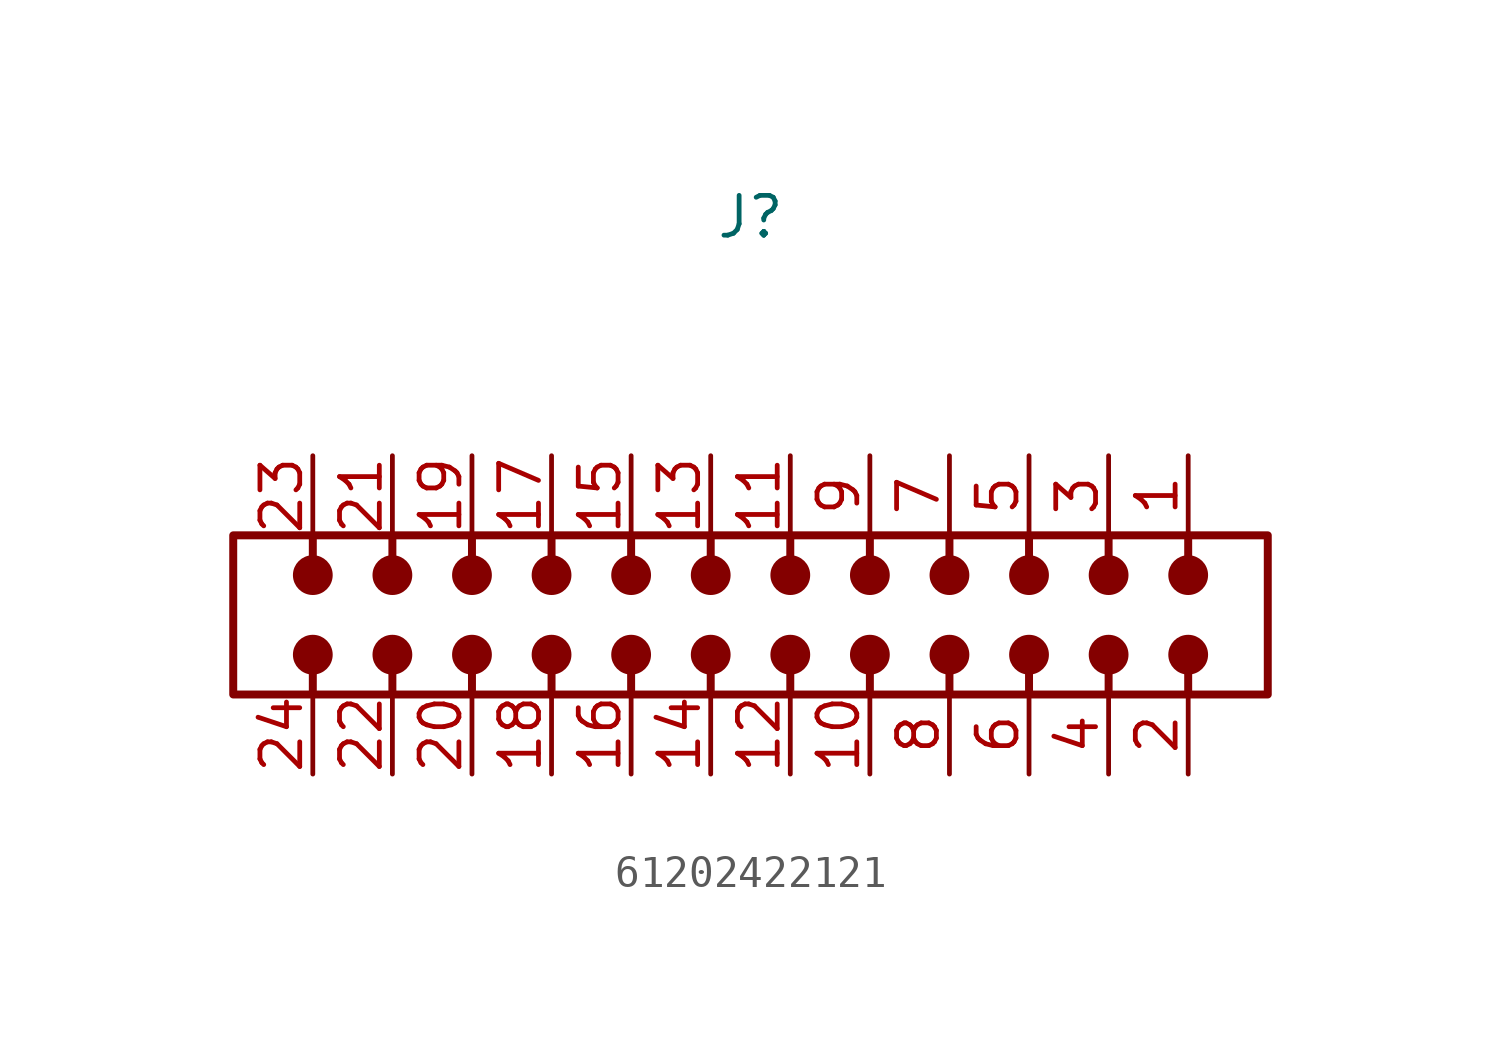
<source format=kicad_sym>
(kicad_symbol_lib
  (version 20241209)
  (generator "kicad_symbol_editor")
  (generator_version "9.0")
  (symbol "61202422121"
    (pin_names
      (hide yes))
    (property "Reference" "J"
      (at 0 12.7 0)
      (effects (font (size 1.27 1.27))))
    (symbol "61202422121_1_1"
      (rectangle (start -16.51 2.54) (end 16.51 -2.54) (stroke (width 0.254) (type solid)) (fill (type none)))
      (polyline (pts (xy -13.97 1.778) (xy -13.97 2.54)) (stroke (width 0.254) (type solid)) (fill (type none)))
      (circle (center -13.97 1.27) (radius 0.508) (stroke (width 0.254) (type solid)) (fill (type outline)))
      (circle (center -13.97 -1.27) (radius 0.508) (stroke (width 0.254) (type solid)) (fill (type outline)))
      (polyline (pts (xy -13.97 -1.778) (xy -13.97 -2.54)) (stroke (width 0.254) (type solid)) (fill (type none)))
      (polyline (pts (xy -11.43 1.778) (xy -11.43 2.54)) (stroke (width 0.254) (type solid)) (fill (type none)))
      (circle (center -11.43 1.27) (radius 0.508) (stroke (width 0.254) (type solid)) (fill (type outline)))
      (circle (center -11.43 -1.27) (radius 0.508) (stroke (width 0.254) (type solid)) (fill (type outline)))
      (polyline (pts (xy -11.43 -1.778) (xy -11.43 -2.54)) (stroke (width 0.254) (type solid)) (fill (type none)))
      (polyline (pts (xy -8.89 1.778) (xy -8.89 2.54)) (stroke (width 0.254) (type solid)) (fill (type none)))
      (circle (center -8.89 1.27) (radius 0.508) (stroke (width 0.254) (type solid)) (fill (type outline)))
      (circle (center -8.89 -1.27) (radius 0.508) (stroke (width 0.254) (type solid)) (fill (type outline)))
      (polyline (pts (xy -8.89 -1.778) (xy -8.89 -2.54)) (stroke (width 0.254) (type solid)) (fill (type none)))
      (polyline (pts (xy -6.35 1.778) (xy -6.35 2.54)) (stroke (width 0.254) (type solid)) (fill (type none)))
      (circle (center -6.35 1.27) (radius 0.508) (stroke (width 0.254) (type solid)) (fill (type outline)))
      (circle (center -6.35 -1.27) (radius 0.508) (stroke (width 0.254) (type solid)) (fill (type outline)))
      (polyline (pts (xy -6.35 -1.778) (xy -6.35 -2.54)) (stroke (width 0.254) (type solid)) (fill (type none)))
      (polyline (pts (xy -3.81 1.778) (xy -3.81 2.54)) (stroke (width 0.254) (type solid)) (fill (type none)))
      (circle (center -3.81 1.27) (radius 0.508) (stroke (width 0.254) (type solid)) (fill (type outline)))
      (circle (center -3.81 -1.27) (radius 0.508) (stroke (width 0.254) (type solid)) (fill (type outline)))
      (polyline (pts (xy -3.81 -1.778) (xy -3.81 -2.54)) (stroke (width 0.254) (type solid)) (fill (type none)))
      (polyline (pts (xy -1.27 1.778) (xy -1.27 2.54)) (stroke (width 0.254) (type solid)) (fill (type none)))
      (circle (center -1.27 1.27) (radius 0.508) (stroke (width 0.254) (type solid)) (fill (type outline)))
      (circle (center -1.27 -1.27) (radius 0.508) (stroke (width 0.254) (type solid)) (fill (type outline)))
      (polyline (pts (xy -1.27 -1.778) (xy -1.27 -2.54)) (stroke (width 0.254) (type solid)) (fill (type none)))
      (polyline (pts (xy 1.27 1.778) (xy 1.27 2.54)) (stroke (width 0.254) (type solid)) (fill (type none)))
      (circle (center 1.27 1.27) (radius 0.508) (stroke (width 0.254) (type solid)) (fill (type outline)))
      (circle (center 1.27 -1.27) (radius 0.508) (stroke (width 0.254) (type solid)) (fill (type outline)))
      (polyline (pts (xy 1.27 -1.778) (xy 1.27 -2.54)) (stroke (width 0.254) (type solid)) (fill (type none)))
      (polyline (pts (xy 3.81 1.778) (xy 3.81 2.54)) (stroke (width 0.254) (type solid)) (fill (type none)))
      (circle (center 3.81 1.27) (radius 0.508) (stroke (width 0.254) (type solid)) (fill (type outline)))
      (circle (center 3.81 -1.27) (radius 0.508) (stroke (width 0.254) (type solid)) (fill (type outline)))
      (polyline (pts (xy 3.81 -1.778) (xy 3.81 -2.54)) (stroke (width 0.254) (type solid)) (fill (type none)))
      (polyline (pts (xy 6.35 1.778) (xy 6.35 2.54)) (stroke (width 0.254) (type solid)) (fill (type none)))
      (circle (center 6.35 1.27) (radius 0.508) (stroke (width 0.254) (type solid)) (fill (type outline)))
      (circle (center 6.35 -1.27) (radius 0.508) (stroke (width 0.254) (type solid)) (fill (type outline)))
      (polyline (pts (xy 6.35 -1.778) (xy 6.35 -2.54)) (stroke (width 0.254) (type solid)) (fill (type none)))
      (polyline (pts (xy 8.89 1.778) (xy 8.89 2.54)) (stroke (width 0.254) (type solid)) (fill (type none)))
      (circle (center 8.89 1.27) (radius 0.508) (stroke (width 0.254) (type solid)) (fill (type outline)))
      (circle (center 8.89 -1.27) (radius 0.508) (stroke (width 0.254) (type solid)) (fill (type outline)))
      (polyline (pts (xy 8.89 -1.778) (xy 8.89 -2.54)) (stroke (width 0.254) (type solid)) (fill (type none)))
      (polyline (pts (xy 11.43 1.778) (xy 11.43 2.54)) (stroke (width 0.254) (type solid)) (fill (type none)))
      (circle (center 11.43 1.27) (radius 0.508) (stroke (width 0.254) (type solid)) (fill (type outline)))
      (circle (center 11.43 -1.27) (radius 0.508) (stroke (width 0.254) (type solid)) (fill (type outline)))
      (polyline (pts (xy 11.43 -1.778) (xy 11.43 -2.54)) (stroke (width 0.254) (type solid)) (fill (type none)))
      (polyline (pts (xy 13.97 1.778) (xy 13.97 2.54)) (stroke (width 0.254) (type solid)) (fill (type none)))
      (circle (center 13.97 1.27) (radius 0.508) (stroke (width 0.254) (type solid)) (fill (type outline)))
      (circle (center 13.97 -1.27) (radius 0.508) (stroke (width 0.254) (type solid)) (fill (type outline)))
      (polyline (pts (xy 13.97 -1.778) (xy 13.97 -2.54)) (stroke (width 0.254) (type solid)) (fill (type none)))
      (pin passive line (at -13.97 5.08 270) (length 2.54) (name "23" (effects (font (size 1.27 1.27)))) (number "23" (effects (font (size 1.27 1.27)))))
      (pin passive line (at -13.97 -5.08 90) (length 2.54) (name "24" (effects (font (size 1.27 1.27)))) (number "24" (effects (font (size 1.27 1.27)))))
      (pin passive line (at -11.43 5.08 270) (length 2.54) (name "21" (effects (font (size 1.27 1.27)))) (number "21" (effects (font (size 1.27 1.27)))))
      (pin passive line (at -11.43 -5.08 90) (length 2.54) (name "22" (effects (font (size 1.27 1.27)))) (number "22" (effects (font (size 1.27 1.27)))))
      (pin passive line (at -8.89 5.08 270) (length 2.54) (name "19" (effects (font (size 1.27 1.27)))) (number "19" (effects (font (size 1.27 1.27)))))
      (pin passive line (at -8.89 -5.08 90) (length 2.54) (name "20" (effects (font (size 1.27 1.27)))) (number "20" (effects (font (size 1.27 1.27)))))
      (pin passive line (at -6.35 5.08 270) (length 2.54) (name "17" (effects (font (size 1.27 1.27)))) (number "17" (effects (font (size 1.27 1.27)))))
      (pin passive line (at -6.35 -5.08 90) (length 2.54) (name "18" (effects (font (size 1.27 1.27)))) (number "18" (effects (font (size 1.27 1.27)))))
      (pin passive line (at -3.81 5.08 270) (length 2.54) (name "15" (effects (font (size 1.27 1.27)))) (number "15" (effects (font (size 1.27 1.27)))))
      (pin passive line (at -3.81 -5.08 90) (length 2.54) (name "16" (effects (font (size 1.27 1.27)))) (number "16" (effects (font (size 1.27 1.27)))))
      (pin passive line (at -1.27 5.08 270) (length 2.54) (name "13" (effects (font (size 1.27 1.27)))) (number "13" (effects (font (size 1.27 1.27)))))
      (pin passive line (at -1.27 -5.08 90) (length 2.54) (name "14" (effects (font (size 1.27 1.27)))) (number "14" (effects (font (size 1.27 1.27)))))
      (pin passive line (at 1.27 5.08 270) (length 2.54) (name "11" (effects (font (size 1.27 1.27)))) (number "11" (effects (font (size 1.27 1.27)))))
      (pin passive line (at 1.27 -5.08 90) (length 2.54) (name "12" (effects (font (size 1.27 1.27)))) (number "12" (effects (font (size 1.27 1.27)))))
      (pin passive line (at 3.81 5.08 270) (length 2.54) (name "9" (effects (font (size 1.27 1.27)))) (number "9" (effects (font (size 1.27 1.27)))))
      (pin passive line (at 3.81 -5.08 90) (length 2.54) (name "10" (effects (font (size 1.27 1.27)))) (number "10" (effects (font (size 1.27 1.27)))))
      (pin passive line (at 6.35 5.08 270) (length 2.54) (name "7" (effects (font (size 1.27 1.27)))) (number "7" (effects (font (size 1.27 1.27)))))
      (pin passive line (at 6.35 -5.08 90) (length 2.54) (name "8" (effects (font (size 1.27 1.27)))) (number "8" (effects (font (size 1.27 1.27)))))
      (pin passive line (at 8.89 5.08 270) (length 2.54) (name "5" (effects (font (size 1.27 1.27)))) (number "5" (effects (font (size 1.27 1.27)))))
      (pin passive line (at 8.89 -5.08 90) (length 2.54) (name "6" (effects (font (size 1.27 1.27)))) (number "6" (effects (font (size 1.27 1.27)))))
      (pin passive line (at 11.43 5.08 270) (length 2.54) (name "3" (effects (font (size 1.27 1.27)))) (number "3" (effects (font (size 1.27 1.27)))))
      (pin passive line (at 11.43 -5.08 90) (length 2.54) (name "4" (effects (font (size 1.27 1.27)))) (number "4" (effects (font (size 1.27 1.27)))))
      (pin passive line (at 13.97 5.08 270) (length 2.54) (name "1" (effects (font (size 1.27 1.27)))) (number "1" (effects (font (size 1.27 1.27)))))
      (pin passive line (at 13.97 -5.08 90) (length 2.54) (name "2" (effects (font (size 1.27 1.27)))) (number "2" (effects (font (size 1.27 1.27))))))))
</source>
